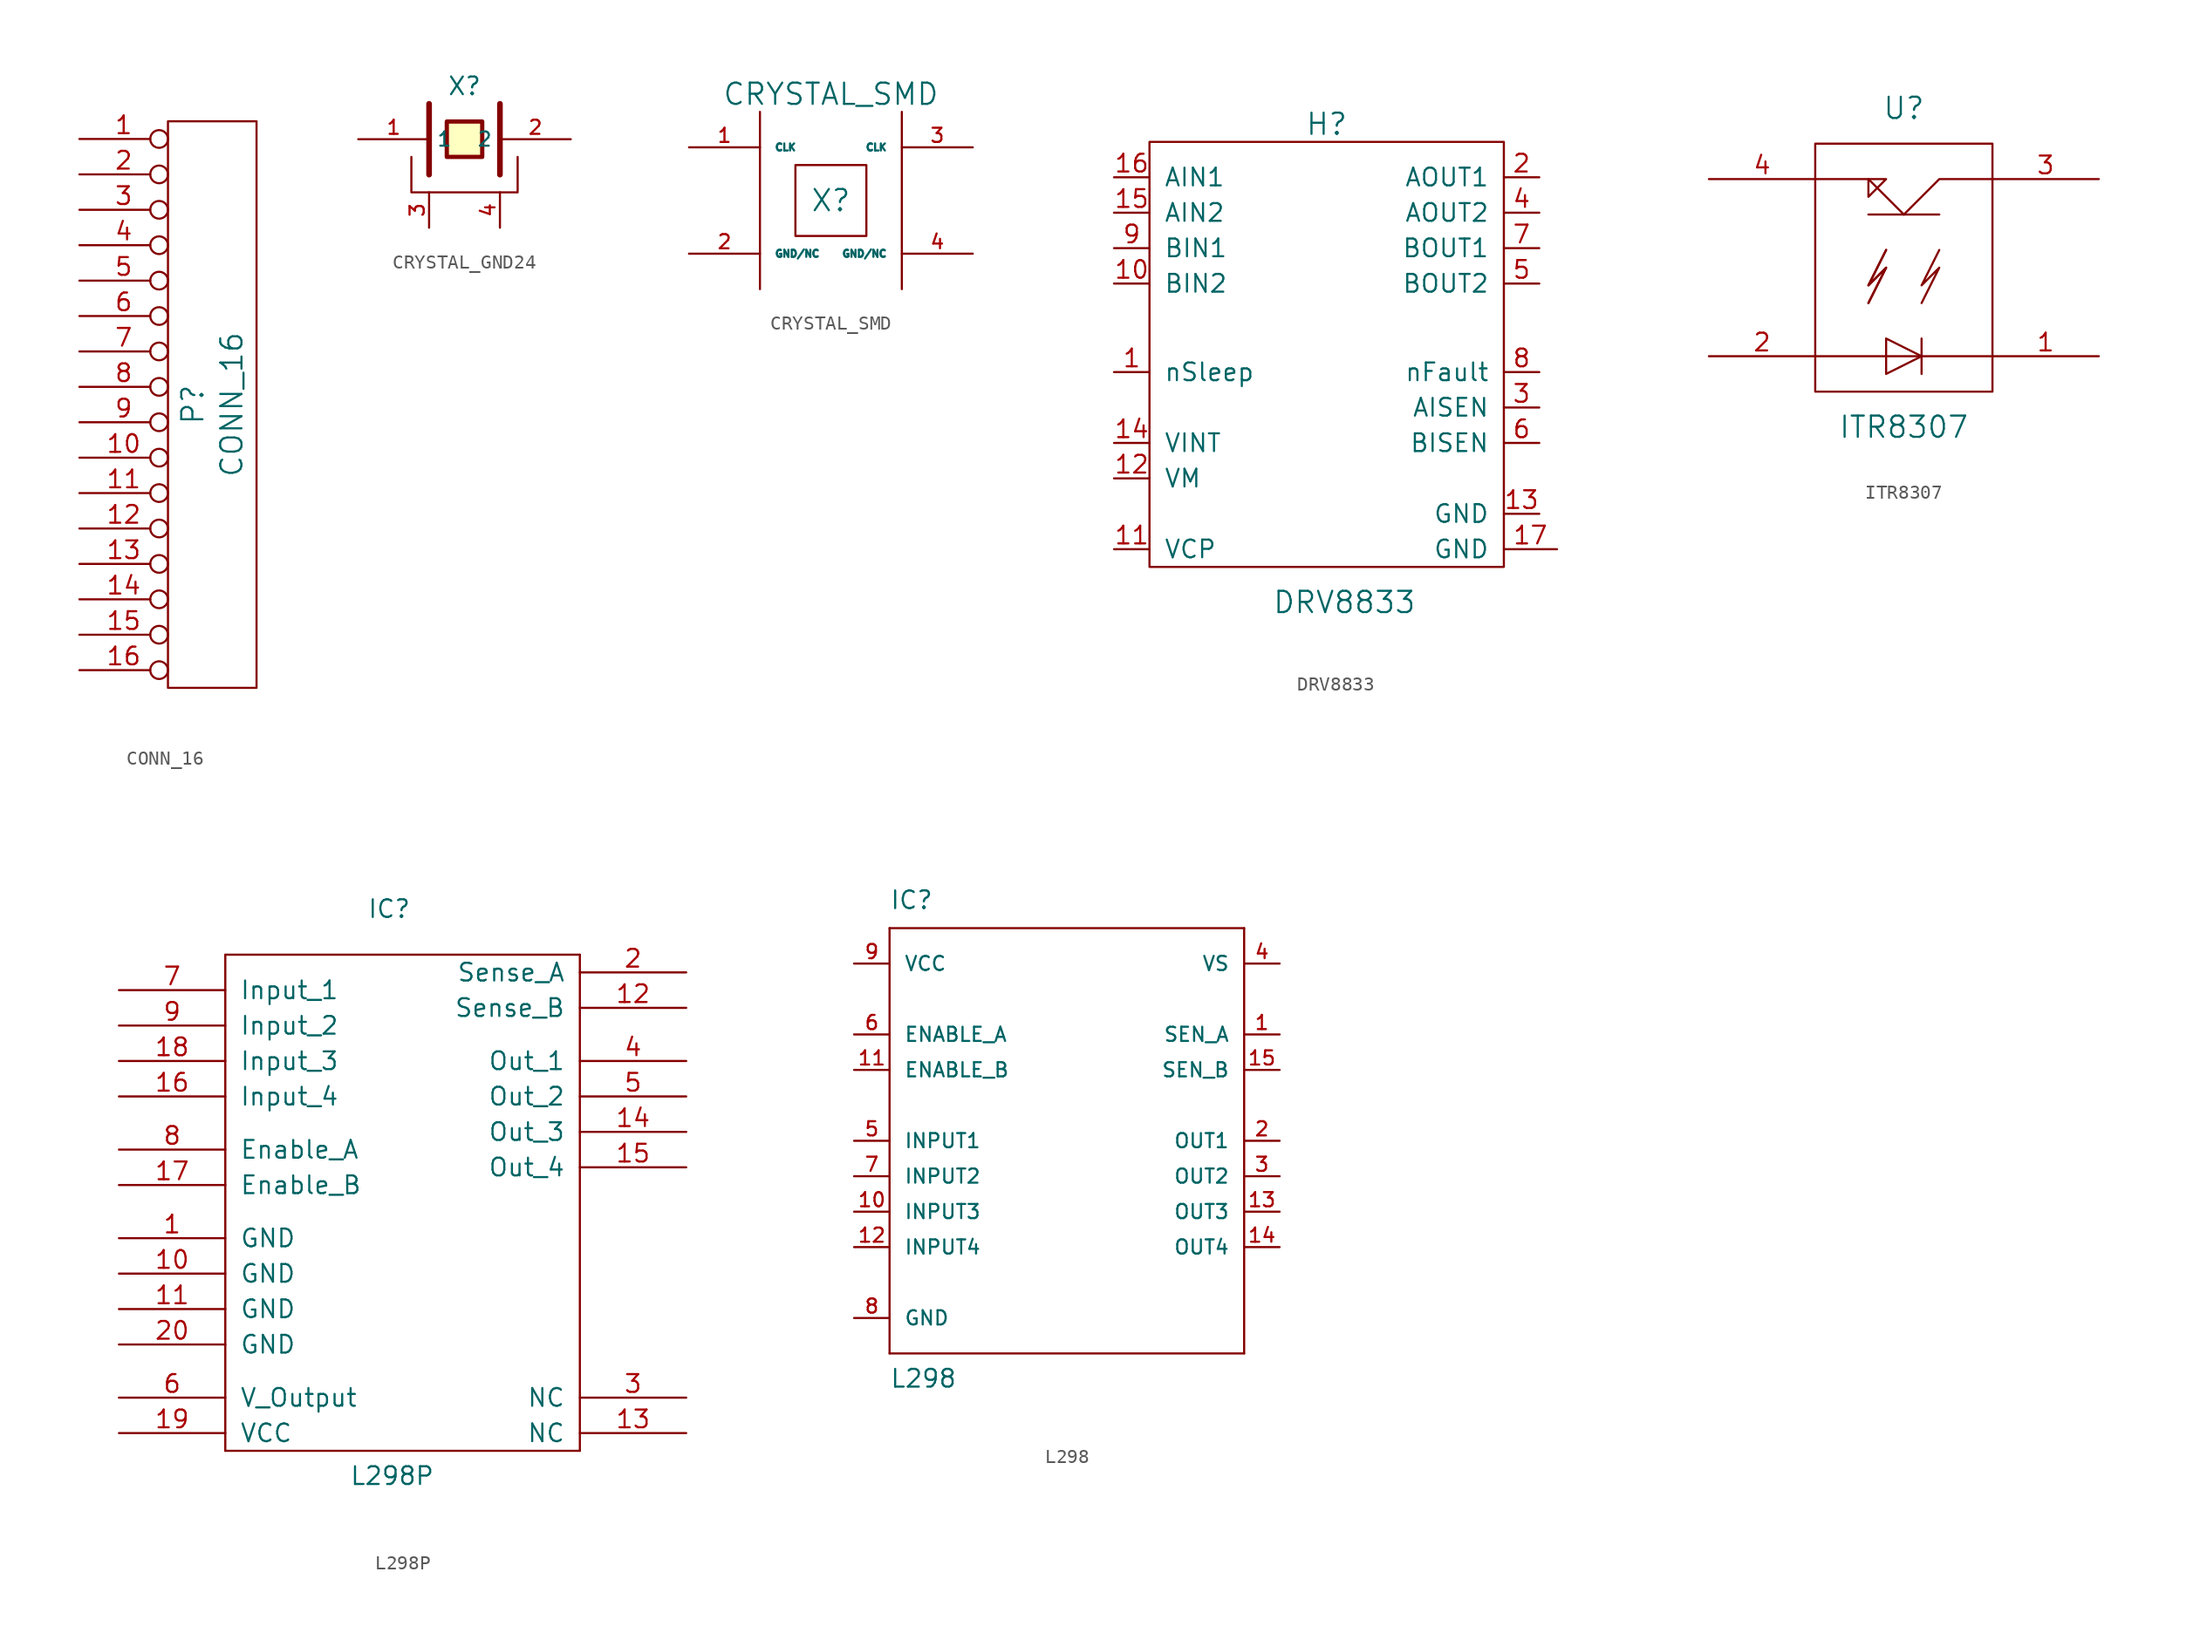
<source format=kicad_sym>
(kicad_symbol_lib
  (version 20220914)
  (generator kicad_symbol_editor)
  (symbol "CONN_16"
    (pin_names
      (offset 1.016) hide)
    (property "Reference" "P"
      (at -0.762 0 90)
      (effects (font (size 1.524 1.524))))
    (property "Value" "CONN_16"
      (at 2.032 0 90)
      (effects (font (size 1.524 1.524))))
    (property "Footprint" ""
      (at 0 0 0)
      (effects (font (size 1.524 1.524))))
    (property "Datasheet" ""
      (at 0 0 0)
      (effects (font (size 1.524 1.524))))
    (symbol "CONN_16_0_1"
      (rectangle (start -2.54 20.32) (end 3.81 -20.32) (stroke (width 0) (type solid)) (fill (type none))))
    (symbol "CONN_16_1_1"
      (pin passive inverted (at -8.89 19.05 0) (length 6.35) (name "P1" (effects (font (size 1.27 1.27)))) (number "1" (effects (font (size 1.27 1.27)))))
      (pin passive inverted (at -8.89 -3.81 0) (length 6.35) (name "P10" (effects (font (size 1.27 1.27)))) (number "10" (effects (font (size 1.27 1.27)))))
      (pin passive inverted (at -8.89 -6.35 0) (length 6.35) (name "P11" (effects (font (size 1.27 1.27)))) (number "11" (effects (font (size 1.27 1.27)))))
      (pin passive inverted (at -8.89 -8.89 0) (length 6.35) (name "P12" (effects (font (size 1.27 1.27)))) (number "12" (effects (font (size 1.27 1.27)))))
      (pin passive inverted (at -8.89 -11.43 0) (length 6.35) (name "P13" (effects (font (size 1.27 1.27)))) (number "13" (effects (font (size 1.27 1.27)))))
      (pin passive inverted (at -8.89 -13.97 0) (length 6.35) (name "P14" (effects (font (size 1.27 1.27)))) (number "14" (effects (font (size 1.27 1.27)))))
      (pin passive inverted (at -8.89 -16.51 0) (length 6.35) (name "P15" (effects (font (size 1.27 1.27)))) (number "15" (effects (font (size 1.27 1.27)))))
      (pin passive inverted (at -8.89 -19.05 0) (length 6.35) (name "P16" (effects (font (size 1.27 1.27)))) (number "16" (effects (font (size 1.27 1.27)))))
      (pin passive inverted (at -8.89 16.51 0) (length 6.35) (name "P2" (effects (font (size 1.27 1.27)))) (number "2" (effects (font (size 1.27 1.27)))))
      (pin passive inverted (at -8.89 13.97 0) (length 6.35) (name "P3" (effects (font (size 1.27 1.27)))) (number "3" (effects (font (size 1.27 1.27)))))
      (pin passive inverted (at -8.89 11.43 0) (length 6.35) (name "P4" (effects (font (size 1.27 1.27)))) (number "4" (effects (font (size 1.27 1.27)))))
      (pin passive inverted (at -8.89 8.89 0) (length 6.35) (name "P5" (effects (font (size 1.27 1.27)))) (number "5" (effects (font (size 1.27 1.27)))))
      (pin passive inverted (at -8.89 6.35 0) (length 6.35) (name "P6" (effects (font (size 1.27 1.27)))) (number "6" (effects (font (size 1.27 1.27)))))
      (pin passive inverted (at -8.89 3.81 0) (length 6.35) (name "P7" (effects (font (size 1.27 1.27)))) (number "7" (effects (font (size 1.27 1.27)))))
      (pin passive inverted (at -8.89 1.27 0) (length 6.35) (name "P8" (effects (font (size 1.27 1.27)))) (number "8" (effects (font (size 1.27 1.27)))))
      (pin passive inverted (at -8.89 -1.27 0) (length 6.35) (name "P9" (effects (font (size 1.27 1.27)))) (number "9" (effects (font (size 1.27 1.27)))))))
  (symbol "CRYSTAL_GND24"
    (property "Reference" "X"
      (at 0 3.81 0)
      (effects (font (size 1.27 1.27))))
    (property "Value" ""
      (at 0 0 0)
      (effects (font (size 1.27 1.27))))
    (symbol "CRYSTAL_GND24_0_1"
      (polyline (pts (xy -2.54 2.54) (xy -2.54 -2.54)) (stroke (width 0.406) (type solid)) (fill (type none)))
      (polyline (pts (xy 2.54 2.54) (xy 2.54 -2.54)) (stroke (width 0.406) (type solid)) (fill (type none)))
      (polyline (pts (xy -3.81 -1.27) (xy -3.81 -3.81) (xy 3.81 -3.81) (xy 3.81 -1.27)) (stroke (width 0) (type default)) (fill (type none)))
      (polyline (pts (xy -1.27 1.27) (xy 1.27 1.27) (xy 1.27 -1.27) (xy -1.27 -1.27) (xy -1.27 1.27)) (stroke (width 0.305) (type solid)) (fill (type background))))
    (symbol "CRYSTAL_GND24_1_1"
      (pin passive line (at -7.62 0 0) (length 5.08) (name "1" (effects (font (size 1.016 1.016)))) (number "1" (effects (font (size 1.016 1.016)))))
      (pin passive line (at 7.62 0 180) (length 5.08) (name "2" (effects (font (size 1.016 1.016)))) (number "2" (effects (font (size 1.016 1.016)))))
      (pin passive line (at -2.54 -6.35 90) (length 2.54) (name "" (effects (font (size 1.016 1.016)))) (number "3" (effects (font (size 1.016 1.016)))))
      (pin passive line (at 2.54 -6.35 90) (length 2.54) (name "" (effects (font (size 1.016 1.016)))) (number "4" (effects (font (size 1.016 1.016)))))))
  (symbol "CRYSTAL_SMD"
    (pin_names
      (offset 1.016))
    (property "Reference" "X"
      (at 0 0 0)
      (effects (font (size 1.524 1.524))))
    (property "Value" "CRYSTAL_SMD"
      (at 0 7.62 0)
      (effects (font (size 1.524 1.524))))
    (property "Footprint" ""
      (at 0 0 0)
      (effects (font (size 1.524 1.524))))
    (property "Datasheet" ""
      (at 0 0 0)
      (effects (font (size 1.524 1.524))))
    (symbol "CRYSTAL_SMD_0_1"
      (rectangle (start -2.54 2.54) (end 2.54 -2.54) (stroke (width 0) (type solid)) (fill (type none)))
      (polyline (pts (xy 5.08 6.35) (xy 5.08 -6.35)) (stroke (width 0) (type solid)) (fill (type none)))
      (polyline (pts (xy -5.08 6.35) (xy -5.08 -5.08) (xy -5.08 -6.35)) (stroke (width 0) (type solid)) (fill (type none))))
    (symbol "CRYSTAL_SMD_1_1"
      (pin passive line (at -10.16 3.81 0) (length 5.08) (name "CLK" (effects (font (size 0.508 0.508)))) (number "1" (effects (font (size 1.016 1.016)))))
      (pin passive line (at -10.16 -3.81 0) (length 5.08) (name "GND/NC" (effects (font (size 0.508 0.508)))) (number "2" (effects (font (size 1.016 1.016)))))
      (pin passive line (at 10.16 3.81 180) (length 5.08) (name "CLK" (effects (font (size 0.508 0.508)))) (number "3" (effects (font (size 1.016 1.016)))))
      (pin passive line (at 10.16 -3.81 180) (length 5.08) (name "GND/NC" (effects (font (size 0.508 0.508)))) (number "4" (effects (font (size 1.016 1.016)))))))
  (symbol "DRV8833"
    (pin_names
      (offset 1.016))
    (property "Reference" "H"
      (at 0 15.24 0)
      (effects (font (size 1.524 1.524))))
    (property "Value" "DRV8833"
      (at 1.27 -19.05 0)
      (effects (font (size 1.524 1.524))))
    (property "Footprint" ""
      (at 0 0 0)
      (effects (font (size 1.524 1.524))))
    (property "Datasheet" ""
      (at 0 0 0)
      (effects (font (size 1.524 1.524))))
    (symbol "DRV8833_0_1"
      (rectangle (start -12.7 13.97) (end 12.7 -16.51) (stroke (width 0) (type solid)) (fill (type none))))
    (symbol "DRV8833_1_1"
      (pin input line (at -15.24 -2.54 0) (length 2.54) (name "nSleep" (effects (font (size 1.27 1.27)))) (number "1" (effects (font (size 1.27 1.27)))))
      (pin input line (at -15.24 3.81 0) (length 2.54) (name "BIN2" (effects (font (size 1.27 1.27)))) (number "10" (effects (font (size 1.27 1.27)))))
      (pin input line (at -15.24 -15.24 0) (length 2.54) (name "VCP" (effects (font (size 1.27 1.27)))) (number "11" (effects (font (size 1.27 1.27)))))
      (pin input line (at -15.24 -10.16 0) (length 2.54) (name "VM" (effects (font (size 1.27 1.27)))) (number "12" (effects (font (size 1.27 1.27)))))
      (pin input line (at 15.24 -12.7 180) (length 2.54) (name "GND" (effects (font (size 1.27 1.27)))) (number "13" (effects (font (size 1.27 1.27)))))
      (pin input line (at -15.24 -7.62 0) (length 2.54) (name "VINT" (effects (font (size 1.27 1.27)))) (number "14" (effects (font (size 1.27 1.27)))))
      (pin input line (at -15.24 8.89 0) (length 2.54) (name "AIN2" (effects (font (size 1.27 1.27)))) (number "15" (effects (font (size 1.27 1.27)))))
      (pin input line (at -15.24 11.43 0) (length 2.54) (name "AIN1" (effects (font (size 1.27 1.27)))) (number "16" (effects (font (size 1.27 1.27)))))
      (pin input line (at 16.51 -15.24 180) (length 3.81) (name "GND" (effects (font (size 1.27 1.27)))) (number "17" (effects (font (size 1.27 1.27)))))
      (pin input line (at 15.24 11.43 180) (length 2.54) (name "AOUT1" (effects (font (size 1.27 1.27)))) (number "2" (effects (font (size 1.27 1.27)))))
      (pin input line (at 15.24 -5.08 180) (length 2.54) (name "AISEN" (effects (font (size 1.27 1.27)))) (number "3" (effects (font (size 1.27 1.27)))))
      (pin input line (at 15.24 8.89 180) (length 2.54) (name "AOUT2" (effects (font (size 1.27 1.27)))) (number "4" (effects (font (size 1.27 1.27)))))
      (pin input line (at 15.24 3.81 180) (length 2.54) (name "BOUT2" (effects (font (size 1.27 1.27)))) (number "5" (effects (font (size 1.27 1.27)))))
      (pin input line (at 15.24 -7.62 180) (length 2.54) (name "BISEN" (effects (font (size 1.27 1.27)))) (number "6" (effects (font (size 1.27 1.27)))))
      (pin input line (at 15.24 6.35 180) (length 2.54) (name "BOUT1" (effects (font (size 1.27 1.27)))) (number "7" (effects (font (size 1.27 1.27)))))
      (pin input line (at 15.24 -2.54 180) (length 2.54) (name "nFault" (effects (font (size 1.27 1.27)))) (number "8" (effects (font (size 1.27 1.27)))))
      (pin input line (at -15.24 6.35 0) (length 2.54) (name "BIN1" (effects (font (size 1.27 1.27)))) (number "9" (effects (font (size 1.27 1.27)))))))
  (symbol "ITR8307"
    (pin_names
      (offset 1.016))
    (property "Reference" "U"
      (at 0 11.43 0)
      (effects (font (size 1.524 1.524))))
    (property "Value" "ITR8307"
      (at 0 -11.43 0)
      (effects (font (size 1.524 1.524))))
    (property "Footprint" ""
      (at 0 0 0)
      (effects (font (size 1.524 1.524))))
    (property "Datasheet" ""
      (at 0 0 0)
      (effects (font (size 1.524 1.524))))
    (symbol "ITR8307_0_1"
      (rectangle (start -6.35 8.89) (end 6.35 -8.89) (stroke (width 0) (type solid)) (fill (type none)))
      (polyline (pts (xy -6.35 -6.35) (xy 6.35 -6.35)) (stroke (width 0) (type solid)) (fill (type none)))
      (polyline (pts (xy -2.54 3.81) (xy 2.54 3.81)) (stroke (width 0) (type solid)) (fill (type none)))
      (polyline (pts (xy 1.27 -5.08) (xy 1.27 -7.62)) (stroke (width 0) (type solid)) (fill (type none)))
      (polyline (pts (xy 0 3.81) (xy -2.54 6.35) (xy -6.35 6.35)) (stroke (width 0) (type solid)) (fill (type none)))
      (polyline (pts (xy 0 3.81) (xy 2.54 6.35) (xy 6.35 6.35)) (stroke (width 0) (type solid)) (fill (type none)))
      (polyline (pts (xy -2.54 -2.54) (xy -1.27 0) (xy -2.54 -1.27) (xy -1.27 1.27)) (stroke (width 0) (type solid)) (fill (type none)))
      (polyline (pts (xy -2.54 -2.54) (xy -1.27 0) (xy -2.54 -1.27) (xy -1.27 1.27)) (stroke (width 0) (type solid)) (fill (type none)))
      (polyline (pts (xy -2.54 6.35) (xy -2.54 5.08) (xy -1.27 6.35) (xy -2.54 6.35)) (stroke (width 0) (type solid)) (fill (type none)))
      (polyline (pts (xy -1.27 -5.08) (xy -1.27 -7.62) (xy 1.27 -6.35) (xy -1.27 -5.08)) (stroke (width 0) (type solid)) (fill (type none)))
      (polyline (pts (xy 1.27 -2.54) (xy 2.54 0) (xy 1.27 -1.27) (xy 2.54 1.27)) (stroke (width 0) (type solid)) (fill (type none))))
    (symbol "ITR8307_1_1"
      (pin input line (at 13.97 -6.35 180) (length 7.62) (name "~" (effects (font (size 1.27 1.27)))) (number "1" (effects (font (size 1.27 1.27)))))
      (pin input line (at -13.97 -6.35 0) (length 7.62) (name "~" (effects (font (size 1.27 1.27)))) (number "2" (effects (font (size 1.27 1.27)))))
      (pin input line (at 13.97 6.35 180) (length 7.62) (name "~" (effects (font (size 1.27 1.27)))) (number "3" (effects (font (size 1.27 1.27)))))
      (pin input line (at -13.97 6.35 0) (length 7.62) (name "~" (effects (font (size 1.27 1.27)))) (number "4" (effects (font (size 1.27 1.27)))))))
  (symbol "L298P"
    (pin_names
      (offset 1.016))
    (property "Reference" "IC"
      (at -2.54 20.32 0)
      (effects (font (size 1.27 1.27)) (justify left bottom)))
    (property "Value" "L298P"
      (at -3.81 -20.32 0)
      (effects (font (size 1.27 1.27)) (justify left bottom)))
    (property "Datasheet" ""
      (at 0 0 0)
      (effects (font (size 1.524 1.524))))
    (property "ki_locked" ""
      (at 0 0 0)
      (effects (font (size 1.27 1.27))))
    (symbol "L298P_1_0"
      (polyline (pts (xy -12.7 -17.78) (xy -12.7 17.78)) (stroke (width 0) (type solid)) (fill (type none)))
      (polyline (pts (xy -12.7 17.78) (xy 12.7 17.78)) (stroke (width 0) (type solid)) (fill (type none)))
      (polyline (pts (xy 12.7 -17.78) (xy -12.7 -17.78)) (stroke (width 0) (type solid)) (fill (type none)))
      (polyline (pts (xy 12.7 17.78) (xy 12.7 -17.78)) (stroke (width 0) (type solid)) (fill (type none))))
    (symbol "L298P_1_1"
      (pin input line (at -20.32 -2.54 0) (length 7.62) (name "GND" (effects (font (size 1.27 1.27)))) (number "1" (effects (font (size 1.27 1.27)))))
      (pin input line (at -20.32 -5.08 0) (length 7.62) (name "GND" (effects (font (size 1.27 1.27)))) (number "10" (effects (font (size 1.27 1.27)))))
      (pin input line (at -20.32 -7.62 0) (length 7.62) (name "GND" (effects (font (size 1.27 1.27)))) (number "11" (effects (font (size 1.27 1.27)))))
      (pin input line (at 20.32 13.97 180) (length 7.62) (name "Sense_B" (effects (font (size 1.27 1.27)))) (number "12" (effects (font (size 1.27 1.27)))))
      (pin input line (at 20.32 -16.51 180) (length 7.62) (name "NC" (effects (font (size 1.27 1.27)))) (number "13" (effects (font (size 1.27 1.27)))))
      (pin input line (at 20.32 5.08 180) (length 7.62) (name "Out_3" (effects (font (size 1.27 1.27)))) (number "14" (effects (font (size 1.27 1.27)))))
      (pin input line (at 20.32 2.54 180) (length 7.62) (name "Out_4" (effects (font (size 1.27 1.27)))) (number "15" (effects (font (size 1.27 1.27)))))
      (pin input line (at -20.32 7.62 0) (length 7.62) (name "Input_4" (effects (font (size 1.27 1.27)))) (number "16" (effects (font (size 1.27 1.27)))))
      (pin input line (at -20.32 1.27 0) (length 7.62) (name "Enable_B" (effects (font (size 1.27 1.27)))) (number "17" (effects (font (size 1.27 1.27)))))
      (pin input line (at -20.32 10.16 0) (length 7.62) (name "Input_3" (effects (font (size 1.27 1.27)))) (number "18" (effects (font (size 1.27 1.27)))))
      (pin input line (at -20.32 -16.51 0) (length 7.62) (name "VCC" (effects (font (size 1.27 1.27)))) (number "19" (effects (font (size 1.27 1.27)))))
      (pin input line (at 20.32 16.51 180) (length 7.62) (name "Sense_A" (effects (font (size 1.27 1.27)))) (number "2" (effects (font (size 1.27 1.27)))))
      (pin input line (at -20.32 -10.16 0) (length 7.62) (name "GND" (effects (font (size 1.27 1.27)))) (number "20" (effects (font (size 1.27 1.27)))))
      (pin input line (at 20.32 -13.97 180) (length 7.62) (name "NC" (effects (font (size 1.27 1.27)))) (number "3" (effects (font (size 1.27 1.27)))))
      (pin input line (at 20.32 10.16 180) (length 7.62) (name "Out_1" (effects (font (size 1.27 1.27)))) (number "4" (effects (font (size 1.27 1.27)))))
      (pin input line (at 20.32 7.62 180) (length 7.62) (name "Out_2" (effects (font (size 1.27 1.27)))) (number "5" (effects (font (size 1.27 1.27)))))
      (pin input line (at -20.32 -13.97 0) (length 7.62) (name "V_Output" (effects (font (size 1.27 1.27)))) (number "6" (effects (font (size 1.27 1.27)))))
      (pin input line (at -20.32 15.24 0) (length 7.62) (name "Input_1" (effects (font (size 1.27 1.27)))) (number "7" (effects (font (size 1.27 1.27)))))
      (pin input line (at -20.32 3.81 0) (length 7.62) (name "Enable_A" (effects (font (size 1.27 1.27)))) (number "8" (effects (font (size 1.27 1.27)))))
      (pin input line (at -20.32 12.7 0) (length 7.62) (name "Input_2" (effects (font (size 1.27 1.27)))) (number "9" (effects (font (size 1.27 1.27)))))))
  (symbol "L298"
    (pin_names
      (offset 1.016))
    (property "Reference" "IC"
      (at -12.7 19.05 0)
      (effects (font (size 1.27 1.27)) (justify left bottom)))
    (property "Value" "L298"
      (at -12.7 -15.24 0)
      (effects (font (size 1.27 1.27)) (justify left bottom)))
    (property "Datasheet" ""
      (at 0 0 0)
      (effects (font (size 1.524 1.524))))
    (property "ki_locked" ""
      (at 0 0 0)
      (effects (font (size 1.27 1.27))))
    (symbol "L298_1_0"
      (polyline (pts (xy -12.7 -12.7) (xy -12.7 17.78)) (stroke (width 0) (type solid)) (fill (type none)))
      (polyline (pts (xy -12.7 17.78) (xy 12.7 17.78)) (stroke (width 0) (type solid)) (fill (type none)))
      (polyline (pts (xy 12.7 -12.7) (xy -12.7 -12.7)) (stroke (width 0) (type solid)) (fill (type none)))
      (polyline (pts (xy 12.7 17.78) (xy 12.7 -12.7)) (stroke (width 0) (type solid)) (fill (type none))))
    (symbol "L298_1_1"
      (pin input line (at 15.24 10.16 180) (length 2.54) (name "SEN_A" (effects (font (size 1.016 1.016)))) (number "1" (effects (font (size 1.016 1.016)))))
      (pin input line (at -15.24 -2.54 0) (length 2.54) (name "INPUT3" (effects (font (size 1.016 1.016)))) (number "10" (effects (font (size 1.016 1.016)))))
      (pin input line (at -15.24 7.62 0) (length 2.54) (name "ENABLE_B" (effects (font (size 1.016 1.016)))) (number "11" (effects (font (size 1.016 1.016)))))
      (pin input line (at -15.24 -5.08 0) (length 2.54) (name "INPUT4" (effects (font (size 1.016 1.016)))) (number "12" (effects (font (size 1.016 1.016)))))
      (pin output line (at 15.24 -2.54 180) (length 2.54) (name "OUT3" (effects (font (size 1.016 1.016)))) (number "13" (effects (font (size 1.016 1.016)))))
      (pin output line (at 15.24 -5.08 180) (length 2.54) (name "OUT4" (effects (font (size 1.016 1.016)))) (number "14" (effects (font (size 1.016 1.016)))))
      (pin input line (at 15.24 7.62 180) (length 2.54) (name "SEN_B" (effects (font (size 1.016 1.016)))) (number "15" (effects (font (size 1.016 1.016)))))
      (pin output line (at 15.24 2.54 180) (length 2.54) (name "OUT1" (effects (font (size 1.016 1.016)))) (number "2" (effects (font (size 1.016 1.016)))))
      (pin output line (at 15.24 0 180) (length 2.54) (name "OUT2" (effects (font (size 1.016 1.016)))) (number "3" (effects (font (size 1.016 1.016)))))
      (pin power_in line (at 15.24 15.24 180) (length 2.54) (name "VS" (effects (font (size 1.016 1.016)))) (number "4" (effects (font (size 1.016 1.016)))))
      (pin input line (at -15.24 2.54 0) (length 2.54) (name "INPUT1" (effects (font (size 1.016 1.016)))) (number "5" (effects (font (size 1.016 1.016)))))
      (pin input line (at -15.24 10.16 0) (length 2.54) (name "ENABLE_A" (effects (font (size 1.016 1.016)))) (number "6" (effects (font (size 1.016 1.016)))))
      (pin input line (at -15.24 0 0) (length 2.54) (name "INPUT2" (effects (font (size 1.016 1.016)))) (number "7" (effects (font (size 1.016 1.016)))))
      (pin power_in line (at -15.24 -10.16 0) (length 2.54) (name "GND" (effects (font (size 1.016 1.016)))) (number "8" (effects (font (size 1.016 1.016)))))
      (pin power_in line (at -15.24 15.24 0) (length 2.54) (name "VCC" (effects (font (size 1.016 1.016)))) (number "9" (effects (font (size 1.016 1.016))))))))
</source>
